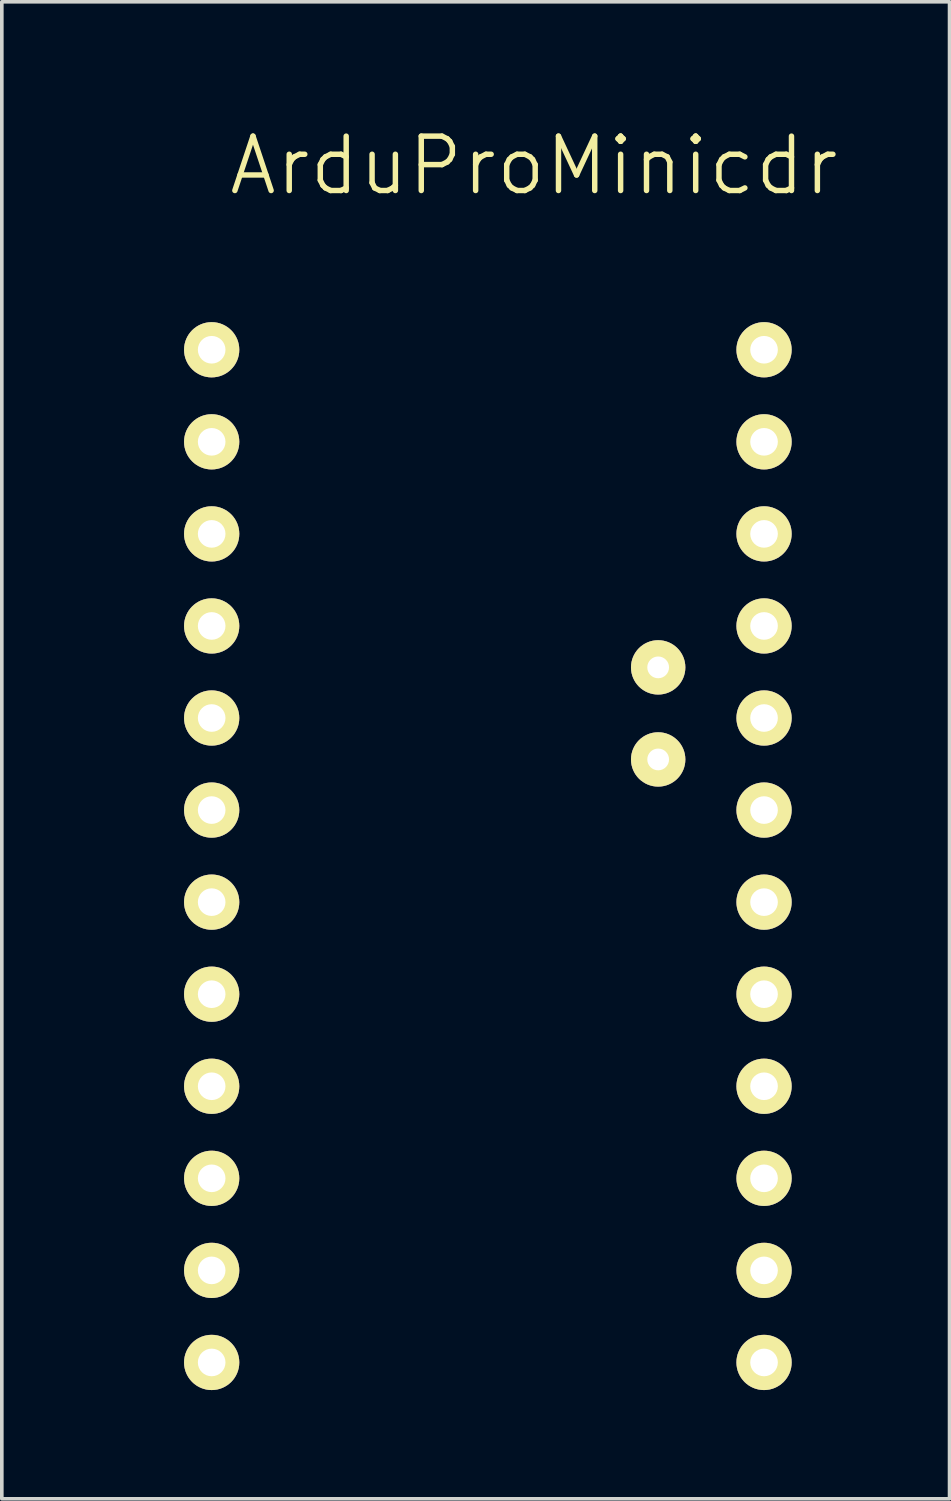
<source format=kicad_pcb>
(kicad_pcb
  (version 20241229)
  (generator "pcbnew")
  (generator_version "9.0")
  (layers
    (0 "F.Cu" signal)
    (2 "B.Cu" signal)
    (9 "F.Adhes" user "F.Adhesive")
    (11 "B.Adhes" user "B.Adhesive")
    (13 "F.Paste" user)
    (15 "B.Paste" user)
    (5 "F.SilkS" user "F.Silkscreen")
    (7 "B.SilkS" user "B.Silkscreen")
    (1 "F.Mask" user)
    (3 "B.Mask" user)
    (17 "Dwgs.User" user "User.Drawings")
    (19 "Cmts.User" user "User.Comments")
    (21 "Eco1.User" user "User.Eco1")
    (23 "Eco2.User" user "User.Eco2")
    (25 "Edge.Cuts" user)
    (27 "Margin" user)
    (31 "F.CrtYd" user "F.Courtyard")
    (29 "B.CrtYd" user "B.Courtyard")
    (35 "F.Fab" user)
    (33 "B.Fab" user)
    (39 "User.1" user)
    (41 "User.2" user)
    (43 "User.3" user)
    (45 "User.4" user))
  (footprint "ArduProMinicdr"
    (layer "F.Cu")
    (at 0.25 0.25)
    (property "Reference" "ArduProMinicdr" (at 11.43 1.27 0) (layer "F.SilkS") (effects (font (size 1.5 1.5) (thickness 0.15))))
    (attr through_hole)
    (pad "7" thru_hole circle (at 2.54 6.35) (size 1.524 1.524) (drill 0.762) (layers "*.Cu" "*.Mask" "F.SilkS"))
    (pad "8" thru_hole circle (at 2.54 8.89) (size 1.524 1.524) (drill 0.762) (layers "*.Cu" "*.Mask" "F.SilkS"))
    (pad "9" thru_hole circle (at 2.54 11.43) (size 1.524 1.524) (drill 0.762) (layers "*.Cu" "*.Mask" "F.SilkS"))
    (pad "10" thru_hole circle (at 2.54 13.97) (size 1.524 1.524) (drill 0.762) (layers "*.Cu" "*.Mask" "F.SilkS"))
    (pad "11" thru_hole circle (at 2.54 16.51) (size 1.524 1.524) (drill 0.762) (layers "*.Cu" "*.Mask" "F.SilkS"))
    (pad "12" thru_hole circle (at 2.54 19.05) (size 1.524 1.524) (drill 0.762) (layers "*.Cu" "*.Mask" "F.SilkS"))
    (pad "13" thru_hole circle (at 2.54 21.59) (size 1.524 1.524) (drill 0.762) (layers "*.Cu" "*.Mask" "F.SilkS"))
    (pad "14" thru_hole circle (at 2.54 24.13) (size 1.524 1.524) (drill 0.762) (layers "*.Cu" "*.Mask" "F.SilkS"))
    (pad "15" thru_hole circle (at 2.54 26.67) (size 1.524 1.524) (drill 0.762) (layers "*.Cu" "*.Mask" "F.SilkS"))
    (pad "16" thru_hole circle (at 2.54 29.21) (size 1.524 1.524) (drill 0.762) (layers "*.Cu" "*.Mask" "F.SilkS"))
    (pad "17" thru_hole circle (at 2.54 31.75) (size 1.524 1.524) (drill 0.762) (layers "*.Cu" "*.Mask" "F.SilkS"))
    (pad "18" thru_hole circle (at 2.54 34.29) (size 1.524 1.524) (drill 0.762) (layers "*.Cu" "*.Mask" "F.SilkS"))
    (pad "19" thru_hole circle (at 17.78 6.35) (size 1.524 1.524) (drill 0.762) (layers "*.Cu" "*.Mask" "F.SilkS"))
    (pad "20" thru_hole circle (at 17.78 8.89) (size 1.524 1.524) (drill 0.762) (layers "*.Cu" "*.Mask" "F.SilkS"))
    (pad "21" thru_hole circle (at 17.78 11.43) (size 1.524 1.524) (drill 0.762) (layers "*.Cu" "*.Mask" "F.SilkS"))
    (pad "22" thru_hole circle (at 17.78 13.97) (size 1.524 1.524) (drill 0.762) (layers "*.Cu" "*.Mask" "F.SilkS"))
    (pad "23" thru_hole circle (at 17.78 16.51) (size 1.524 1.524) (drill 0.762) (layers "*.Cu" "*.Mask" "F.SilkS"))
    (pad "24" thru_hole circle (at 17.78 19.05) (size 1.524 1.524) (drill 0.762) (layers "*.Cu" "*.Mask" "F.SilkS"))
    (pad "25" thru_hole circle (at 17.78 21.59) (size 1.524 1.524) (drill 0.762) (layers "*.Cu" "*.Mask" "F.SilkS"))
    (pad "26" thru_hole circle (at 17.78 24.13) (size 1.524 1.524) (drill 0.762) (layers "*.Cu" "*.Mask" "F.SilkS"))
    (pad "27" thru_hole circle (at 17.78 26.67) (size 1.524 1.524) (drill 0.762) (layers "*.Cu" "*.Mask" "F.SilkS"))
    (pad "28" thru_hole circle (at 17.78 29.21) (size 1.524 1.524) (drill 0.762) (layers "*.Cu" "*.Mask" "F.SilkS"))
    (pad "29" thru_hole circle (at 17.78 31.75) (size 1.524 1.524) (drill 0.762) (layers "*.Cu" "*.Mask" "F.SilkS"))
    (pad "30" thru_hole circle (at 17.78 34.29) (size 1.524 1.524) (drill 0.762) (layers "*.Cu" "*.Mask" "F.SilkS"))
    (pad "31" thru_hole circle (at 14.859 15.113) (size 1.5 1.5) (drill 0.6) (layers "*.Cu" "*.Mask" "F.SilkS"))
    (pad "32" thru_hole circle (at 14.859 17.653) (size 1.5 1.5) (drill 0.6) (layers "*.Cu" "*.Mask" "F.SilkS")))
  (gr_rect
    (start -3 -3)
    (end 23.148 38.302)
    (stroke (width 0.1) (type default))
    (fill no)
    (layer "Edge.Cuts")))
</source>
